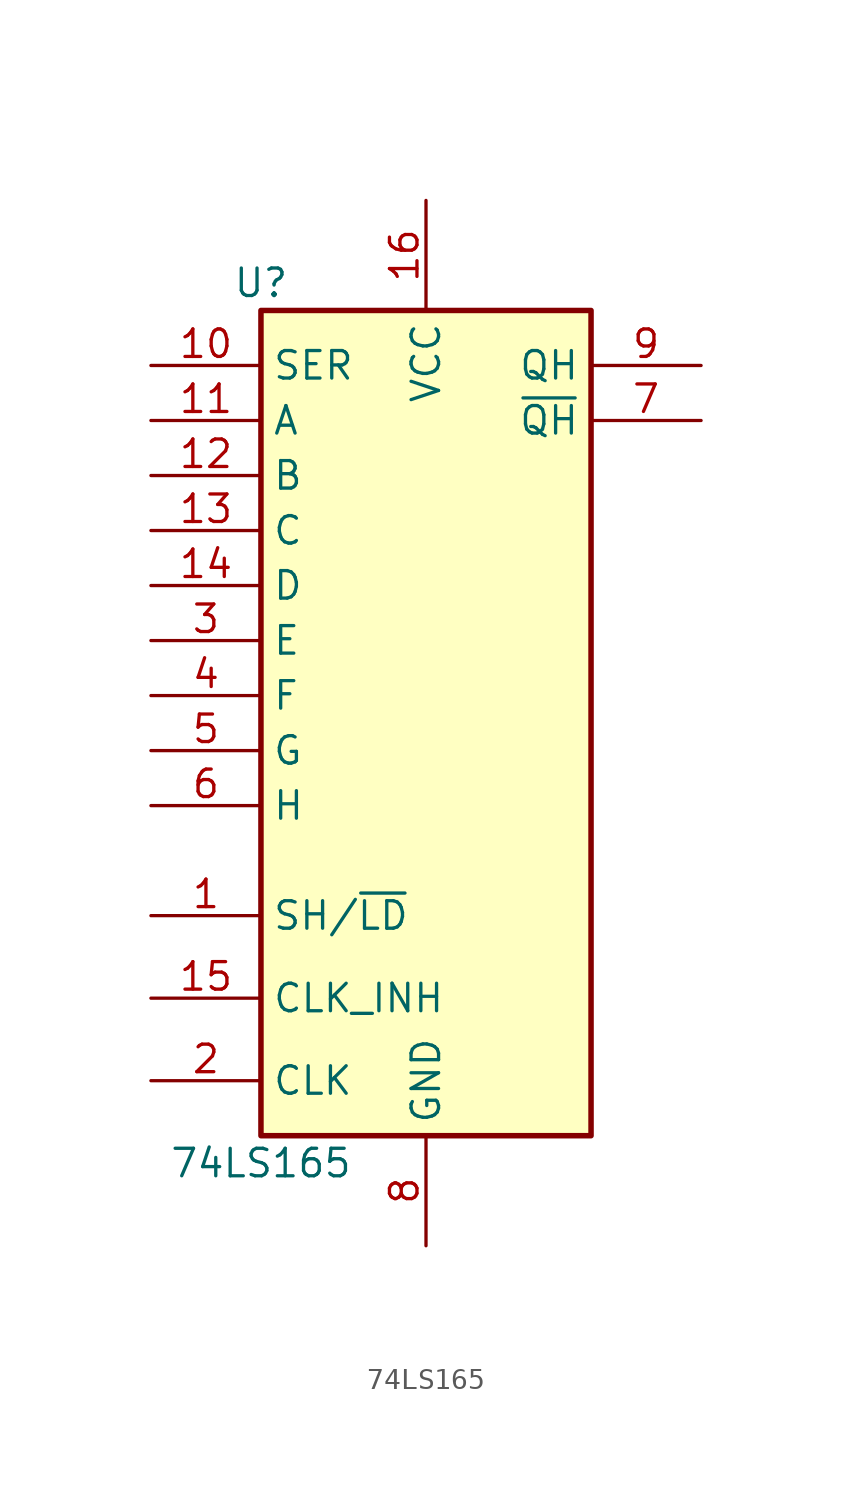
<source format=kicad_sym>
(kicad_symbol_lib
  (version 20220914)
  (generator kicad_symbol_editor)
  (symbol "74LS165"
    (property "Reference" "U"
      (at -7.62 19.05 0)
      (effects (font (size 1.27 1.27))))
    (property "Value" "74LS165"
      (at -7.62 -21.59 0)
      (effects (font (size 1.27 1.27))))
    (symbol "74LS165_1_0"
      (pin input line (at -12.7 -10.16 0) (length 5.08) (name "SH/~{LD}" (effects (font (size 1.27 1.27)))) (number "1" (effects (font (size 1.27 1.27)))))
      (pin input line (at -12.7 15.24 0) (length 5.08) (name "SER" (effects (font (size 1.27 1.27)))) (number "10" (effects (font (size 1.27 1.27)))))
      (pin input line (at -12.7 12.7 0) (length 5.08) (name "A" (effects (font (size 1.27 1.27)))) (number "11" (effects (font (size 1.27 1.27)))))
      (pin input line (at -12.7 10.16 0) (length 5.08) (name "B" (effects (font (size 1.27 1.27)))) (number "12" (effects (font (size 1.27 1.27)))))
      (pin input line (at -12.7 7.62 0) (length 5.08) (name "C" (effects (font (size 1.27 1.27)))) (number "13" (effects (font (size 1.27 1.27)))))
      (pin input line (at -12.7 5.08 0) (length 5.08) (name "D" (effects (font (size 1.27 1.27)))) (number "14" (effects (font (size 1.27 1.27)))))
      (pin input line (at -12.7 -13.97 0) (length 5.08) (name "CLK_INH" (effects (font (size 1.27 1.27)))) (number "15" (effects (font (size 1.27 1.27)))))
      (pin power_in line (at 0 22.86 270) (length 5.08) (name "VCC" (effects (font (size 1.27 1.27)))) (number "16" (effects (font (size 1.27 1.27)))))
      (pin input line (at -12.7 -17.78 0) (length 5.08) (name "CLK" (effects (font (size 1.27 1.27)))) (number "2" (effects (font (size 1.27 1.27)))))
      (pin input line (at -12.7 2.54 0) (length 5.08) (name "E" (effects (font (size 1.27 1.27)))) (number "3" (effects (font (size 1.27 1.27)))))
      (pin input line (at -12.7 0 0) (length 5.08) (name "F" (effects (font (size 1.27 1.27)))) (number "4" (effects (font (size 1.27 1.27)))))
      (pin input line (at -12.7 -2.54 0) (length 5.08) (name "G" (effects (font (size 1.27 1.27)))) (number "5" (effects (font (size 1.27 1.27)))))
      (pin input line (at -12.7 -5.08 0) (length 5.08) (name "H" (effects (font (size 1.27 1.27)))) (number "6" (effects (font (size 1.27 1.27)))))
      (pin output line (at 12.7 12.7 180) (length 5.08) (name "~{QH}" (effects (font (size 1.27 1.27)))) (number "7" (effects (font (size 1.27 1.27)))))
      (pin power_in line (at 0 -25.4 90) (length 5.08) (name "GND" (effects (font (size 1.27 1.27)))) (number "8" (effects (font (size 1.27 1.27)))))
      (pin output line (at 12.7 15.24 180) (length 5.08) (name "QH" (effects (font (size 1.27 1.27)))) (number "9" (effects (font (size 1.27 1.27))))))
    (symbol "74LS165_1_1"
      (rectangle (start -7.62 17.78) (end 7.62 -20.32) (stroke (width 0.254) (type default)) (fill (type background))))))
</source>
